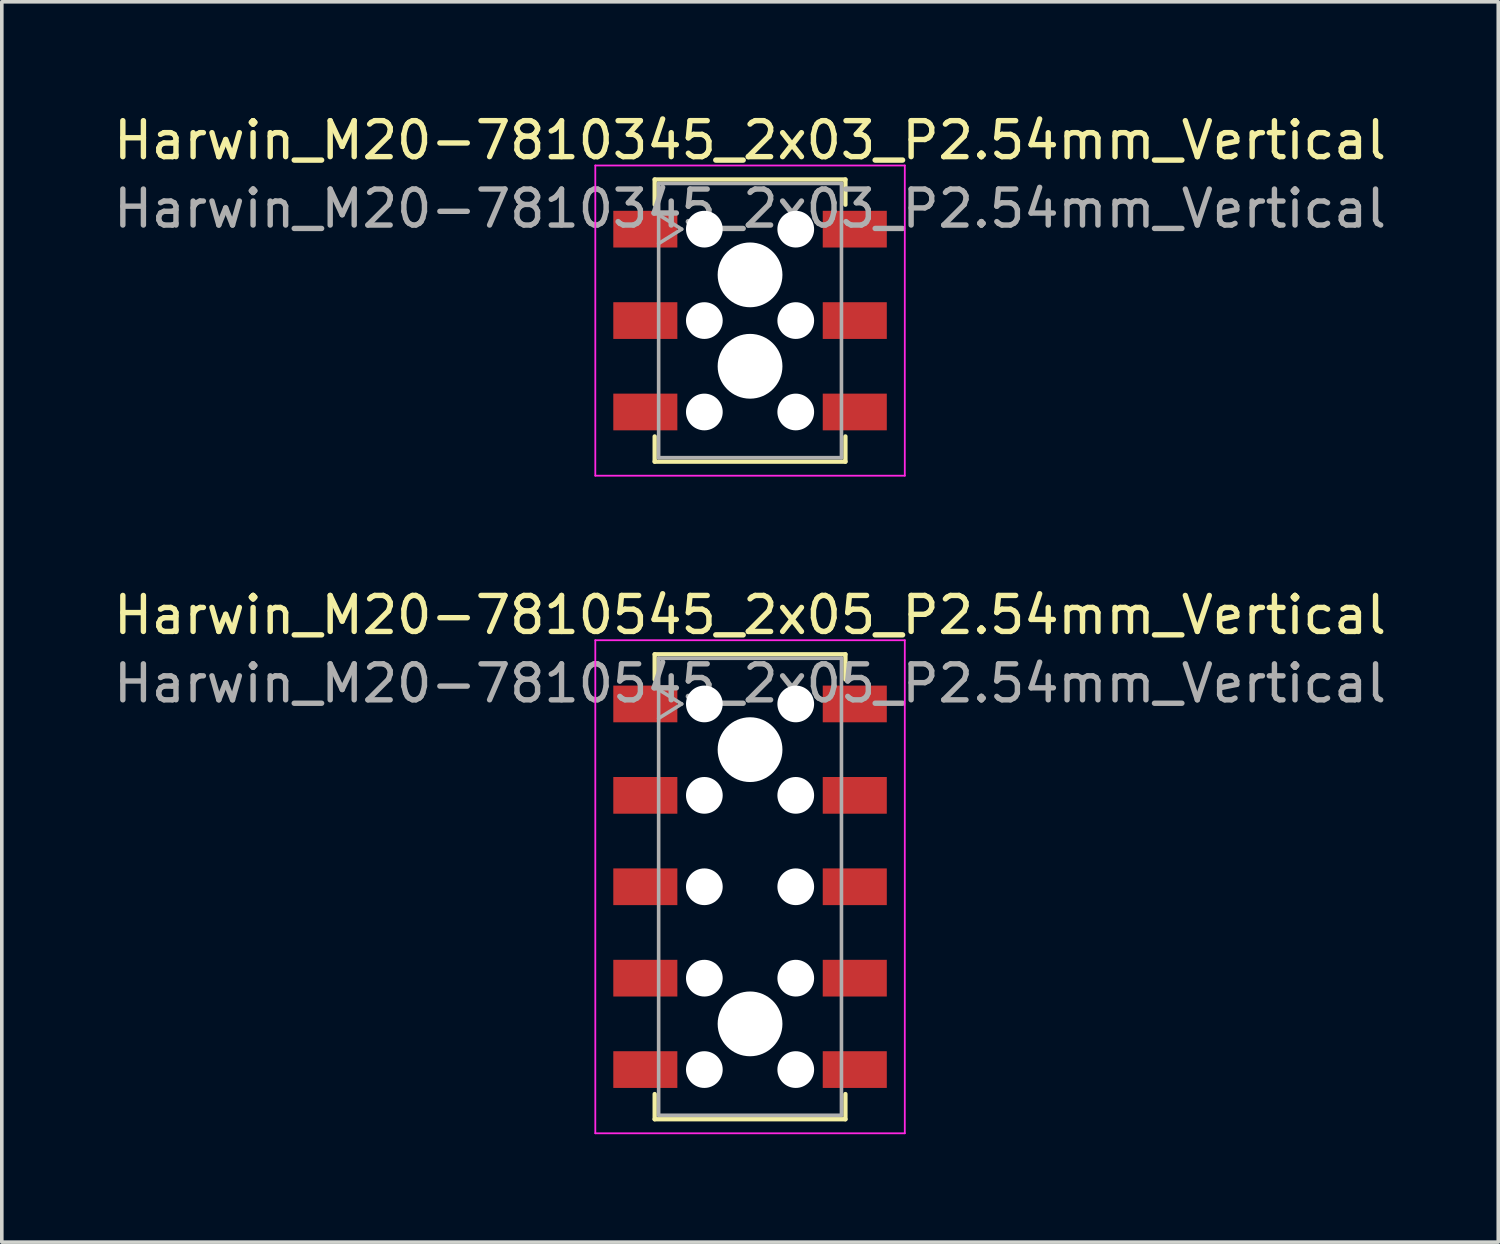
<source format=kicad_pcb>
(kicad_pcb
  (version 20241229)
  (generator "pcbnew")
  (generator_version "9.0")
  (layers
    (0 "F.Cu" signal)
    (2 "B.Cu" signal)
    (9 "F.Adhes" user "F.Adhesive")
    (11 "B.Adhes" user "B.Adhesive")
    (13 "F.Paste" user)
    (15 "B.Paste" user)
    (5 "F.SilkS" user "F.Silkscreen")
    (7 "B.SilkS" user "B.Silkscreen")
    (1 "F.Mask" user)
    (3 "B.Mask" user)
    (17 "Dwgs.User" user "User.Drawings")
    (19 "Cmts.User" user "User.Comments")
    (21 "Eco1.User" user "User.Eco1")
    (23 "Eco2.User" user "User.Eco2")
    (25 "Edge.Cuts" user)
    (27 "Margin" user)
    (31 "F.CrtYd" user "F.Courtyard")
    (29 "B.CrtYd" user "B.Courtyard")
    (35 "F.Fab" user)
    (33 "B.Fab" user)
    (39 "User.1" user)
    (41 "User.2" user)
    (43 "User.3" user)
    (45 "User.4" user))
  (footprint "Harwin_M20-7810545_2x05_P2.54mm_Vertical"
    (layer "F.Cu")
    (at 17.792 21.591)
    (property "Reference" "Harwin_M20-7810545_2x05_P2.54mm_Vertical" (at 0 -7.55 0) (layer "F.SilkS") (effects (font (size 1 1) (thickness 0.15))))
    (attr smd)
    (fp_line (start -2.65 -6.46) (end 2.65 -6.46) (stroke (width 0.12) (type solid)) (layer "F.SilkS"))
    (fp_line (start -2.65 -5.76) (end -2.65 -6.46) (stroke (width 0.12) (type solid)) (layer "F.SilkS"))
    (fp_line (start -2.65 5.76) (end -2.65 6.46) (stroke (width 0.12) (type solid)) (layer "F.SilkS"))
    (fp_line (start -2.65 6.46) (end 2.65 6.46) (stroke (width 0.12) (type solid)) (layer "F.SilkS"))
    (fp_line (start 2.65 -6.46) (end 2.65 -5.76) (stroke (width 0.12) (type solid)) (layer "F.SilkS"))
    (fp_line (start 2.65 6.46) (end 2.65 5.76) (stroke (width 0.12) (type solid)) (layer "F.SilkS"))
    (fp_line (start -4.3 -6.85) (end 4.3 -6.85) (stroke (width 0.05) (type solid)) (layer "F.CrtYd"))
    (fp_line (start -4.3 6.85) (end -4.3 -6.85) (stroke (width 0.05) (type solid)) (layer "F.CrtYd"))
    (fp_line (start 4.3 -6.85) (end 4.3 6.85) (stroke (width 0.05) (type solid)) (layer "F.CrtYd"))
    (fp_line (start 4.3 6.85) (end -4.3 6.85) (stroke (width 0.05) (type solid)) (layer "F.CrtYd"))
    (fp_line (start -2.54 -6.35) (end 2.54 -6.35) (stroke (width 0.1) (type solid)) (layer "F.Fab"))
    (fp_line (start -2.54 -5.48) (end -1.9 -5.08) (stroke (width 0.1) (type solid)) (layer "F.Fab"))
    (fp_line (start -2.54 6.35) (end -2.54 -6.35) (stroke (width 0.1) (type solid)) (layer "F.Fab"))
    (fp_line (start -1.9 -5.08) (end -2.54 -4.68) (stroke (width 0.1) (type solid)) (layer "F.Fab"))
    (fp_line (start 2.54 -6.35) (end 2.54 6.35) (stroke (width 0.1) (type solid)) (layer "F.Fab"))
    (fp_line (start 2.54 6.35) (end -2.54 6.35) (stroke (width 0.1) (type solid)) (layer "F.Fab"))
    (fp_text user "${REFERENCE}" (at 0 -5.65 0) (layer "F.Fab") (effects (font (size 1 1) (thickness 0.15))))
    (pad "" np_thru_hole circle (at -1.27 -5.08) (size 1.02 1.02) (drill 1.02) (layers "*.Cu" "*.Mask"))
    (pad "" np_thru_hole circle (at -1.27 -2.54) (size 1.02 1.02) (drill 1.02) (layers "*.Cu" "*.Mask"))
    (pad "" np_thru_hole circle (at -1.27 0) (size 1.02 1.02) (drill 1.02) (layers "*.Cu" "*.Mask"))
    (pad "" np_thru_hole circle (at -1.27 2.54) (size 1.02 1.02) (drill 1.02) (layers "*.Cu" "*.Mask"))
    (pad "" np_thru_hole circle (at -1.27 5.08) (size 1.02 1.02) (drill 1.02) (layers "*.Cu" "*.Mask"))
    (pad "" np_thru_hole circle (at 0 -3.81) (size 1.8 1.8) (drill 1.8) (layers "*.Cu" "*.Mask"))
    (pad "" np_thru_hole circle (at 0 3.81) (size 1.8 1.8) (drill 1.8) (layers "*.Cu" "*.Mask"))
    (pad "" np_thru_hole circle (at 1.27 -5.08) (size 1.02 1.02) (drill 1.02) (layers "*.Cu" "*.Mask"))
    (pad "" np_thru_hole circle (at 1.27 -2.54) (size 1.02 1.02) (drill 1.02) (layers "*.Cu" "*.Mask"))
    (pad "" np_thru_hole circle (at 1.27 0) (size 1.02 1.02) (drill 1.02) (layers "*.Cu" "*.Mask"))
    (pad "" np_thru_hole circle (at 1.27 2.54) (size 1.02 1.02) (drill 1.02) (layers "*.Cu" "*.Mask"))
    (pad "" np_thru_hole circle (at 1.27 5.08) (size 1.02 1.02) (drill 1.02) (layers "*.Cu" "*.Mask"))
    (pad "1" smd rect (at -2.91 -5.08) (size 1.78 1.02) (layers "F.Cu" "F.Mask" "F.Paste"))
    (pad "2" smd rect (at -2.91 -2.54) (size 1.78 1.02) (layers "F.Cu" "F.Mask" "F.Paste"))
    (pad "3" smd rect (at -2.91 0) (size 1.78 1.02) (layers "F.Cu" "F.Mask" "F.Paste"))
    (pad "4" smd rect (at -2.91 2.54) (size 1.78 1.02) (layers "F.Cu" "F.Mask" "F.Paste"))
    (pad "5" smd rect (at -2.91 5.08) (size 1.78 1.02) (layers "F.Cu" "F.Mask" "F.Paste"))
    (pad "6" smd rect (at 2.91 -5.08) (size 1.78 1.02) (layers "F.Cu" "F.Mask" "F.Paste"))
    (pad "7" smd rect (at 2.91 -2.54) (size 1.78 1.02) (layers "F.Cu" "F.Mask" "F.Paste"))
    (pad "8" smd rect (at 2.91 0) (size 1.78 1.02) (layers "F.Cu" "F.Mask" "F.Paste"))
    (pad "9" smd rect (at 2.91 2.54) (size 1.78 1.02) (layers "F.Cu" "F.Mask" "F.Paste"))
    (pad "10" smd rect (at 2.91 5.08) (size 1.78 1.02) (layers "F.Cu" "F.Mask" "F.Paste")))
  (footprint "Harwin_M20-7810345_2x03_P2.54mm_Vertical"
    (layer "F.Cu")
    (at 17.792 5.858)
    (property "Reference" "Harwin_M20-7810345_2x03_P2.54mm_Vertical" (at 0 -5.01 0) (layer "F.SilkS") (effects (font (size 1 1) (thickness 0.15))))
    (attr smd)
    (fp_line (start -2.65 -3.92) (end 2.65 -3.92) (stroke (width 0.12) (type solid)) (layer "F.SilkS"))
    (fp_line (start -2.65 -3.22) (end -2.65 -3.92) (stroke (width 0.12) (type solid)) (layer "F.SilkS"))
    (fp_line (start -2.65 3.22) (end -2.65 3.92) (stroke (width 0.12) (type solid)) (layer "F.SilkS"))
    (fp_line (start -2.65 3.92) (end 2.65 3.92) (stroke (width 0.12) (type solid)) (layer "F.SilkS"))
    (fp_line (start 2.65 -3.92) (end 2.65 -3.22) (stroke (width 0.12) (type solid)) (layer "F.SilkS"))
    (fp_line (start 2.65 3.92) (end 2.65 3.22) (stroke (width 0.12) (type solid)) (layer "F.SilkS"))
    (fp_line (start -4.3 -4.31) (end 4.3 -4.31) (stroke (width 0.05) (type solid)) (layer "F.CrtYd"))
    (fp_line (start -4.3 4.31) (end -4.3 -4.31) (stroke (width 0.05) (type solid)) (layer "F.CrtYd"))
    (fp_line (start 4.3 -4.31) (end 4.3 4.31) (stroke (width 0.05) (type solid)) (layer "F.CrtYd"))
    (fp_line (start 4.3 4.31) (end -4.3 4.31) (stroke (width 0.05) (type solid)) (layer "F.CrtYd"))
    (fp_line (start -2.54 -3.81) (end 2.54 -3.81) (stroke (width 0.1) (type solid)) (layer "F.Fab"))
    (fp_line (start -2.54 -2.94) (end -1.9 -2.54) (stroke (width 0.1) (type solid)) (layer "F.Fab"))
    (fp_line (start -2.54 3.81) (end -2.54 -3.81) (stroke (width 0.1) (type solid)) (layer "F.Fab"))
    (fp_line (start -1.9 -2.54) (end -2.54 -2.14) (stroke (width 0.1) (type solid)) (layer "F.Fab"))
    (fp_line (start 2.54 -3.81) (end 2.54 3.81) (stroke (width 0.1) (type solid)) (layer "F.Fab"))
    (fp_line (start 2.54 3.81) (end -2.54 3.81) (stroke (width 0.1) (type solid)) (layer "F.Fab"))
    (fp_text user "${REFERENCE}" (at 0 -3.11 0) (layer "F.Fab") (effects (font (size 1 1) (thickness 0.15))))
    (pad "" np_thru_hole circle (at -1.27 -2.54) (size 1.02 1.02) (drill 1.02) (layers "*.Cu" "*.Mask"))
    (pad "" np_thru_hole circle (at -1.27 0) (size 1.02 1.02) (drill 1.02) (layers "*.Cu" "*.Mask"))
    (pad "" np_thru_hole circle (at -1.27 2.54) (size 1.02 1.02) (drill 1.02) (layers "*.Cu" "*.Mask"))
    (pad "" np_thru_hole circle (at 0 -1.27) (size 1.8 1.8) (drill 1.8) (layers "*.Cu" "*.Mask"))
    (pad "" np_thru_hole circle (at 0 1.27) (size 1.8 1.8) (drill 1.8) (layers "*.Cu" "*.Mask"))
    (pad "" np_thru_hole circle (at 1.27 -2.54) (size 1.02 1.02) (drill 1.02) (layers "*.Cu" "*.Mask"))
    (pad "" np_thru_hole circle (at 1.27 0) (size 1.02 1.02) (drill 1.02) (layers "*.Cu" "*.Mask"))
    (pad "" np_thru_hole circle (at 1.27 2.54) (size 1.02 1.02) (drill 1.02) (layers "*.Cu" "*.Mask"))
    (pad "1" smd rect (at -2.91 -2.54) (size 1.78 1.02) (layers "F.Cu" "F.Mask" "F.Paste"))
    (pad "2" smd rect (at -2.91 0) (size 1.78 1.02) (layers "F.Cu" "F.Mask" "F.Paste"))
    (pad "3" smd rect (at -2.91 2.54) (size 1.78 1.02) (layers "F.Cu" "F.Mask" "F.Paste"))
    (pad "4" smd rect (at 2.91 -2.54) (size 1.78 1.02) (layers "F.Cu" "F.Mask" "F.Paste"))
    (pad "5" smd rect (at 2.91 0) (size 1.78 1.02) (layers "F.Cu" "F.Mask" "F.Paste"))
    (pad "6" smd rect (at 2.91 2.54) (size 1.78 1.02) (layers "F.Cu" "F.Mask" "F.Paste")))
  (gr_rect
    (start -3 -3)
    (end 38.583 31.466)
    (stroke (width 0.1) (type default))
    (fill no)
    (layer "Edge.Cuts")))
</source>
